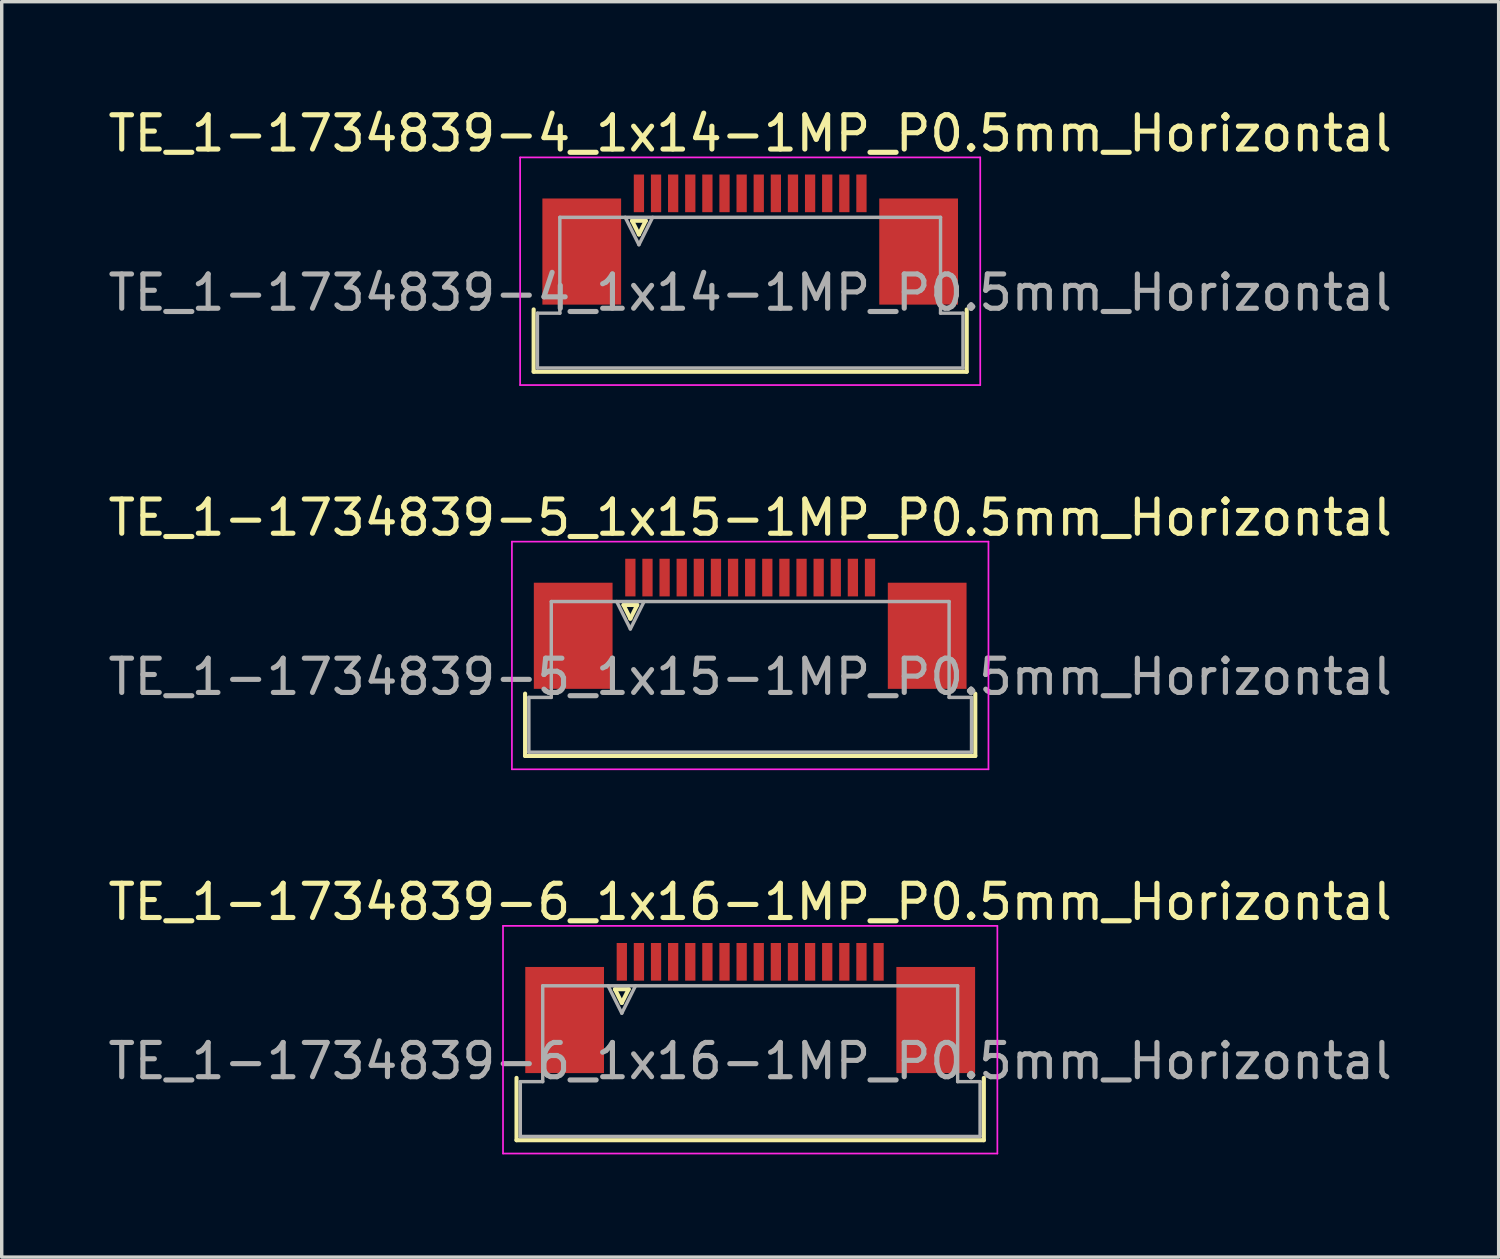
<source format=kicad_pcb>
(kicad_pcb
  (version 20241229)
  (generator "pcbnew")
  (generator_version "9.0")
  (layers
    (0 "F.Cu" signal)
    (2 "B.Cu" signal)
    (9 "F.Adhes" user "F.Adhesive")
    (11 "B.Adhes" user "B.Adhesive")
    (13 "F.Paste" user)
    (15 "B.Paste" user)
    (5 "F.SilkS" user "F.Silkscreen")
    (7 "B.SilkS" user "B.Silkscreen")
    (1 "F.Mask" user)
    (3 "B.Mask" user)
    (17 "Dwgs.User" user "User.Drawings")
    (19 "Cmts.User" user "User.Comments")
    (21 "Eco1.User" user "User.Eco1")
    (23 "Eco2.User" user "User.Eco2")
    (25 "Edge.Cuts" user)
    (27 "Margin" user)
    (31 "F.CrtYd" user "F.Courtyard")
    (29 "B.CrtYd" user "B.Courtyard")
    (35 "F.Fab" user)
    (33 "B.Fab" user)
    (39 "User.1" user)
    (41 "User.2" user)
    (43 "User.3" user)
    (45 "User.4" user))
  (footprint "TE_1-1734839-4_1x14-1MP_P0.5mm_Horizontal"
    (layer "F.Cu")
    (at 18.863 3.948)
    (property "Reference" "TE_1-1734839-4_1x14-1MP_P0.5mm_Horizontal" (at 0 -3.1 0) (layer "F.SilkS") (effects (font (size 1 1) (thickness 0.15))))
    (attr smd)
    (fp_line (start -6.325 3.86) (end -6.325 2.04) (stroke (width 0.12) (type solid)) (layer "F.SilkS"))
    (fp_line (start -3.45 -0.55) (end -3.25 -0.15) (stroke (width 0.12) (type solid)) (layer "F.SilkS"))
    (fp_line (start -3.25 -0.15) (end -3.05 -0.55) (stroke (width 0.12) (type solid)) (layer "F.SilkS"))
    (fp_line (start -3.05 -0.55) (end -3.45 -0.55) (stroke (width 0.12) (type solid)) (layer "F.SilkS"))
    (fp_line (start 6.325 2.04) (end 6.325 3.86) (stroke (width 0.12) (type solid)) (layer "F.SilkS"))
    (fp_line (start 6.325 3.86) (end -6.325 3.86) (stroke (width 0.12) (type solid)) (layer "F.SilkS"))
    (fp_line (start -6.72 -2.4) (end -6.72 4.25) (stroke (width 0.05) (type solid)) (layer "F.CrtYd"))
    (fp_line (start -6.72 4.25) (end 6.72 4.25) (stroke (width 0.05) (type solid)) (layer "F.CrtYd"))
    (fp_line (start 6.72 -2.4) (end -6.72 -2.4) (stroke (width 0.05) (type solid)) (layer "F.CrtYd"))
    (fp_line (start 6.72 4.25) (end 6.72 -2.4) (stroke (width 0.05) (type solid)) (layer "F.CrtYd"))
    (fp_line (start -6.215 2.15) (end -5.56 2.15) (stroke (width 0.1) (type solid)) (layer "F.Fab"))
    (fp_line (start -6.215 3.75) (end -6.215 2.15) (stroke (width 0.1) (type solid)) (layer "F.Fab"))
    (fp_line (start -5.56 -0.65) (end 5.56 -0.65) (stroke (width 0.1) (type solid)) (layer "F.Fab"))
    (fp_line (start -5.56 2.15) (end -5.56 -0.65) (stroke (width 0.1) (type solid)) (layer "F.Fab"))
    (fp_line (start -3.65 -0.65) (end -3.25 0.15) (stroke (width 0.1) (type solid)) (layer "F.Fab"))
    (fp_line (start -3.25 0.15) (end -2.85 -0.65) (stroke (width 0.1) (type solid)) (layer "F.Fab"))
    (fp_line (start 5.56 -0.65) (end 5.56 2.15) (stroke (width 0.1) (type solid)) (layer "F.Fab"))
    (fp_line (start 5.56 2.15) (end 6.215 2.15) (stroke (width 0.1) (type solid)) (layer "F.Fab"))
    (fp_line (start 6.215 2.15) (end 6.215 3.75) (stroke (width 0.1) (type solid)) (layer "F.Fab"))
    (fp_line (start 6.215 3.75) (end -6.215 3.75) (stroke (width 0.1) (type solid)) (layer "F.Fab"))
    (fp_text user "${REFERENCE}" (at 0 1.55 0) (layer "F.Fab") (effects (font (size 1 1) (thickness 0.15))))
    (pad "1" smd rect (at -3.25 -1.35) (size 0.3 1.1) (layers "F.Cu" "F.Mask" "F.Paste"))
    (pad "2" smd rect (at -2.75 -1.35) (size 0.3 1.1) (layers "F.Cu" "F.Mask" "F.Paste"))
    (pad "3" smd rect (at -2.25 -1.35) (size 0.3 1.1) (layers "F.Cu" "F.Mask" "F.Paste"))
    (pad "4" smd rect (at -1.75 -1.35) (size 0.3 1.1) (layers "F.Cu" "F.Mask" "F.Paste"))
    (pad "5" smd rect (at -1.25 -1.35) (size 0.3 1.1) (layers "F.Cu" "F.Mask" "F.Paste"))
    (pad "6" smd rect (at -0.75 -1.35) (size 0.3 1.1) (layers "F.Cu" "F.Mask" "F.Paste"))
    (pad "7" smd rect (at -0.25 -1.35) (size 0.3 1.1) (layers "F.Cu" "F.Mask" "F.Paste"))
    (pad "8" smd rect (at 0.25 -1.35) (size 0.3 1.1) (layers "F.Cu" "F.Mask" "F.Paste"))
    (pad "9" smd rect (at 0.75 -1.35) (size 0.3 1.1) (layers "F.Cu" "F.Mask" "F.Paste"))
    (pad "10" smd rect (at 1.25 -1.35) (size 0.3 1.1) (layers "F.Cu" "F.Mask" "F.Paste"))
    (pad "11" smd rect (at 1.75 -1.35) (size 0.3 1.1) (layers "F.Cu" "F.Mask" "F.Paste"))
    (pad "12" smd rect (at 2.25 -1.35) (size 0.3 1.1) (layers "F.Cu" "F.Mask" "F.Paste"))
    (pad "13" smd rect (at 2.75 -1.35) (size 0.3 1.1) (layers "F.Cu" "F.Mask" "F.Paste"))
    (pad "14" smd rect (at 3.25 -1.35) (size 0.3 1.1) (layers "F.Cu" "F.Mask" "F.Paste"))
    (pad "MP" smd rect (at -4.92 0.35) (size 2.3 3.1) (layers "F.Cu" "F.Mask" "F.Paste"))
    (pad "MP" smd rect (at 4.92 0.35) (size 2.3 3.1) (layers "F.Cu" "F.Mask" "F.Paste")))
  (footprint "TE_1-1734839-6_1x16-1MP_P0.5mm_Horizontal"
    (layer "F.Cu")
    (at 18.863 27.295)
    (property "Reference" "TE_1-1734839-6_1x16-1MP_P0.5mm_Horizontal" (at 0 -4 0) (layer "F.SilkS") (effects (font (size 1 1) (thickness 0.15))))
    (attr smd)
    (fp_line (start -6.825 2.96) (end -6.825 1.14) (stroke (width 0.12) (type solid)) (layer "F.SilkS"))
    (fp_line (start -3.95 -1.45) (end -3.75 -1.05) (stroke (width 0.12) (type solid)) (layer "F.SilkS"))
    (fp_line (start -3.75 -1.05) (end -3.55 -1.45) (stroke (width 0.12) (type solid)) (layer "F.SilkS"))
    (fp_line (start -3.55 -1.45) (end -3.95 -1.45) (stroke (width 0.12) (type solid)) (layer "F.SilkS"))
    (fp_line (start 6.825 1.14) (end 6.825 2.96) (stroke (width 0.12) (type solid)) (layer "F.SilkS"))
    (fp_line (start 6.825 2.96) (end -6.825 2.96) (stroke (width 0.12) (type solid)) (layer "F.SilkS"))
    (fp_line (start -7.22 -3.3) (end -7.22 3.35) (stroke (width 0.05) (type solid)) (layer "F.CrtYd"))
    (fp_line (start -7.22 3.35) (end 7.22 3.35) (stroke (width 0.05) (type solid)) (layer "F.CrtYd"))
    (fp_line (start 7.22 -3.3) (end -7.22 -3.3) (stroke (width 0.05) (type solid)) (layer "F.CrtYd"))
    (fp_line (start 7.22 3.35) (end 7.22 -3.3) (stroke (width 0.05) (type solid)) (layer "F.CrtYd"))
    (fp_line (start -6.715 1.25) (end -6.06 1.25) (stroke (width 0.1) (type solid)) (layer "F.Fab"))
    (fp_line (start -6.715 2.85) (end -6.715 1.25) (stroke (width 0.1) (type solid)) (layer "F.Fab"))
    (fp_line (start -6.06 -1.55) (end 6.06 -1.55) (stroke (width 0.1) (type solid)) (layer "F.Fab"))
    (fp_line (start -6.06 1.25) (end -6.06 -1.55) (stroke (width 0.1) (type solid)) (layer "F.Fab"))
    (fp_line (start -4.15 -1.55) (end -3.75 -0.75) (stroke (width 0.1) (type solid)) (layer "F.Fab"))
    (fp_line (start -3.75 -0.75) (end -3.35 -1.55) (stroke (width 0.1) (type solid)) (layer "F.Fab"))
    (fp_line (start 6.06 -1.55) (end 6.06 1.25) (stroke (width 0.1) (type solid)) (layer "F.Fab"))
    (fp_line (start 6.06 1.25) (end 6.715 1.25) (stroke (width 0.1) (type solid)) (layer "F.Fab"))
    (fp_line (start 6.715 1.25) (end 6.715 2.85) (stroke (width 0.1) (type solid)) (layer "F.Fab"))
    (fp_line (start 6.715 2.85) (end -6.715 2.85) (stroke (width 0.1) (type solid)) (layer "F.Fab"))
    (fp_text user "${REFERENCE}" (at 0 0.65 0) (layer "F.Fab") (effects (font (size 1 1) (thickness 0.15))))
    (pad "1" smd rect (at -3.75 -2.25) (size 0.3 1.1) (layers "F.Cu" "F.Mask" "F.Paste"))
    (pad "2" smd rect (at -3.25 -2.25) (size 0.3 1.1) (layers "F.Cu" "F.Mask" "F.Paste"))
    (pad "3" smd rect (at -2.75 -2.25) (size 0.3 1.1) (layers "F.Cu" "F.Mask" "F.Paste"))
    (pad "4" smd rect (at -2.25 -2.25) (size 0.3 1.1) (layers "F.Cu" "F.Mask" "F.Paste"))
    (pad "5" smd rect (at -1.75 -2.25) (size 0.3 1.1) (layers "F.Cu" "F.Mask" "F.Paste"))
    (pad "6" smd rect (at -1.25 -2.25) (size 0.3 1.1) (layers "F.Cu" "F.Mask" "F.Paste"))
    (pad "7" smd rect (at -0.75 -2.25) (size 0.3 1.1) (layers "F.Cu" "F.Mask" "F.Paste"))
    (pad "8" smd rect (at -0.25 -2.25) (size 0.3 1.1) (layers "F.Cu" "F.Mask" "F.Paste"))
    (pad "9" smd rect (at 0.25 -2.25) (size 0.3 1.1) (layers "F.Cu" "F.Mask" "F.Paste"))
    (pad "10" smd rect (at 0.75 -2.25) (size 0.3 1.1) (layers "F.Cu" "F.Mask" "F.Paste"))
    (pad "11" smd rect (at 1.25 -2.25) (size 0.3 1.1) (layers "F.Cu" "F.Mask" "F.Paste"))
    (pad "12" smd rect (at 1.75 -2.25) (size 0.3 1.1) (layers "F.Cu" "F.Mask" "F.Paste"))
    (pad "13" smd rect (at 2.25 -2.25) (size 0.3 1.1) (layers "F.Cu" "F.Mask" "F.Paste"))
    (pad "14" smd rect (at 2.75 -2.25) (size 0.3 1.1) (layers "F.Cu" "F.Mask" "F.Paste"))
    (pad "15" smd rect (at 3.25 -2.25) (size 0.3 1.1) (layers "F.Cu" "F.Mask" "F.Paste"))
    (pad "16" smd rect (at 3.75 -2.25) (size 0.3 1.1) (layers "F.Cu" "F.Mask" "F.Paste"))
    (pad "MP" smd rect (at -5.42 -0.55) (size 2.3 3.1) (layers "F.Cu" "F.Mask" "F.Paste"))
    (pad "MP" smd rect (at 5.42 -0.55) (size 2.3 3.1) (layers "F.Cu" "F.Mask" "F.Paste")))
  (footprint "TE_1-1734839-5_1x15-1MP_P0.5mm_Horizontal"
    (layer "F.Cu")
    (at 18.863 15.621)
    (property "Reference" "TE_1-1734839-5_1x15-1MP_P0.5mm_Horizontal" (at 0 -3.55 0) (layer "F.SilkS") (effects (font (size 1 1) (thickness 0.15))))
    (attr smd)
    (fp_line (start -6.575 3.41) (end -6.575 1.59) (stroke (width 0.12) (type solid)) (layer "F.SilkS"))
    (fp_line (start -3.7 -1) (end -3.5 -0.6) (stroke (width 0.12) (type solid)) (layer "F.SilkS"))
    (fp_line (start -3.5 -0.6) (end -3.3 -1) (stroke (width 0.12) (type solid)) (layer "F.SilkS"))
    (fp_line (start -3.3 -1) (end -3.7 -1) (stroke (width 0.12) (type solid)) (layer "F.SilkS"))
    (fp_line (start 6.575 1.59) (end 6.575 3.41) (stroke (width 0.12) (type solid)) (layer "F.SilkS"))
    (fp_line (start 6.575 3.41) (end -6.575 3.41) (stroke (width 0.12) (type solid)) (layer "F.SilkS"))
    (fp_line (start -6.96 -2.85) (end -6.96 3.8) (stroke (width 0.05) (type solid)) (layer "F.CrtYd"))
    (fp_line (start -6.96 3.8) (end 6.96 3.8) (stroke (width 0.05) (type solid)) (layer "F.CrtYd"))
    (fp_line (start 6.96 -2.85) (end -6.96 -2.85) (stroke (width 0.05) (type solid)) (layer "F.CrtYd"))
    (fp_line (start 6.96 3.8) (end 6.96 -2.85) (stroke (width 0.05) (type solid)) (layer "F.CrtYd"))
    (fp_line (start -6.465 1.7) (end -5.81 1.7) (stroke (width 0.1) (type solid)) (layer "F.Fab"))
    (fp_line (start -6.465 3.3) (end -6.465 1.7) (stroke (width 0.1) (type solid)) (layer "F.Fab"))
    (fp_line (start -5.81 -1.1) (end 5.81 -1.1) (stroke (width 0.1) (type solid)) (layer "F.Fab"))
    (fp_line (start -5.81 1.7) (end -5.81 -1.1) (stroke (width 0.1) (type solid)) (layer "F.Fab"))
    (fp_line (start -3.9 -1.1) (end -3.5 -0.3) (stroke (width 0.1) (type solid)) (layer "F.Fab"))
    (fp_line (start -3.5 -0.3) (end -3.1 -1.1) (stroke (width 0.1) (type solid)) (layer "F.Fab"))
    (fp_line (start 5.81 -1.1) (end 5.81 1.7) (stroke (width 0.1) (type solid)) (layer "F.Fab"))
    (fp_line (start 5.81 1.7) (end 6.465 1.7) (stroke (width 0.1) (type solid)) (layer "F.Fab"))
    (fp_line (start 6.465 1.7) (end 6.465 3.3) (stroke (width 0.1) (type solid)) (layer "F.Fab"))
    (fp_line (start 6.465 3.3) (end -6.465 3.3) (stroke (width 0.1) (type solid)) (layer "F.Fab"))
    (fp_text user "${REFERENCE}" (at 0 1.1 0) (layer "F.Fab") (effects (font (size 1 1) (thickness 0.15))))
    (pad "1" smd rect (at -3.5 -1.8) (size 0.3 1.1) (layers "F.Cu" "F.Mask" "F.Paste"))
    (pad "2" smd rect (at -3 -1.8) (size 0.3 1.1) (layers "F.Cu" "F.Mask" "F.Paste"))
    (pad "3" smd rect (at -2.5 -1.8) (size 0.3 1.1) (layers "F.Cu" "F.Mask" "F.Paste"))
    (pad "4" smd rect (at -2 -1.8) (size 0.3 1.1) (layers "F.Cu" "F.Mask" "F.Paste"))
    (pad "5" smd rect (at -1.5 -1.8) (size 0.3 1.1) (layers "F.Cu" "F.Mask" "F.Paste"))
    (pad "6" smd rect (at -1 -1.8) (size 0.3 1.1) (layers "F.Cu" "F.Mask" "F.Paste"))
    (pad "7" smd rect (at -0.5 -1.8) (size 0.3 1.1) (layers "F.Cu" "F.Mask" "F.Paste"))
    (pad "8" smd rect (at 0 -1.8) (size 0.3 1.1) (layers "F.Cu" "F.Mask" "F.Paste"))
    (pad "9" smd rect (at 0.5 -1.8) (size 0.3 1.1) (layers "F.Cu" "F.Mask" "F.Paste"))
    (pad "10" smd rect (at 1 -1.8) (size 0.3 1.1) (layers "F.Cu" "F.Mask" "F.Paste"))
    (pad "11" smd rect (at 1.5 -1.8) (size 0.3 1.1) (layers "F.Cu" "F.Mask" "F.Paste"))
    (pad "12" smd rect (at 2 -1.8) (size 0.3 1.1) (layers "F.Cu" "F.Mask" "F.Paste"))
    (pad "13" smd rect (at 2.5 -1.8) (size 0.3 1.1) (layers "F.Cu" "F.Mask" "F.Paste"))
    (pad "14" smd rect (at 3 -1.8) (size 0.3 1.1) (layers "F.Cu" "F.Mask" "F.Paste"))
    (pad "15" smd rect (at 3.5 -1.8) (size 0.3 1.1) (layers "F.Cu" "F.Mask" "F.Paste"))
    (pad "MP" smd rect (at -5.17 -0.1) (size 2.3 3.1) (layers "F.Cu" "F.Mask" "F.Paste"))
    (pad "MP" smd rect (at 5.17 -0.1) (size 2.3 3.1) (layers "F.Cu" "F.Mask" "F.Paste")))
  (gr_rect
    (start -3 -3)
    (end 40.726 33.67)
    (stroke (width 0.1) (type default))
    (fill no)
    (layer "Edge.Cuts")))
</source>
